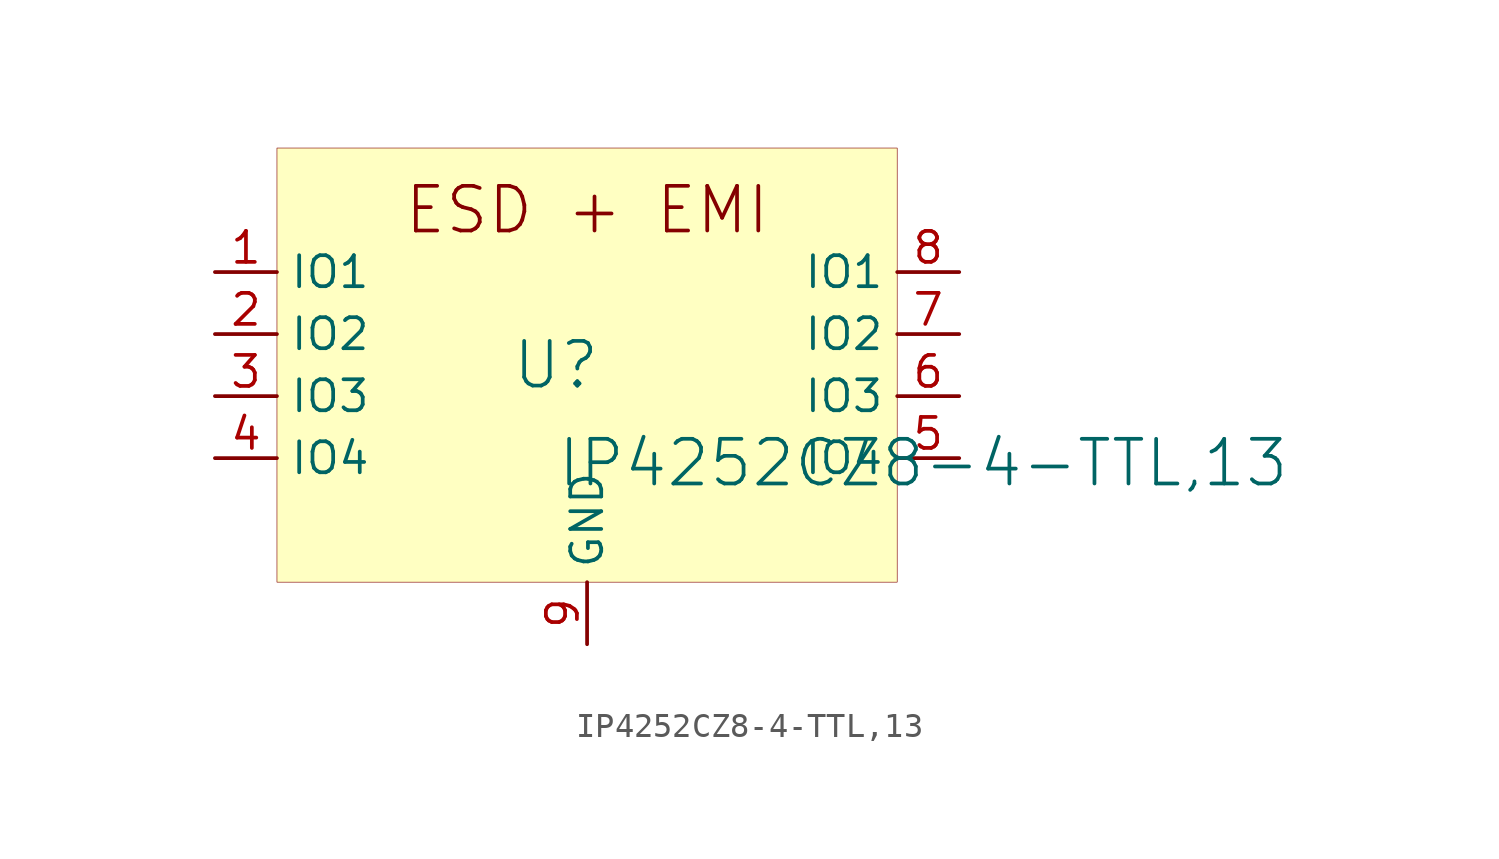
<source format=kicad_sym>
(kicad_symbol_lib
  (version 20231120)
  (generator "kicad_symbol_editor")
  (generator_version "8.0")
  (symbol "IP4252CZ8-4-TTL,13"
    (property "Reference" "U"
      (at -1.27 1.27 0)
      (effects (font (size 1.829 1.829))))
    (property "Value" "IP4252CZ8-4-TTL,13"
      (at -1.27 -3.81 0)
      (effects (font (size 1.829 1.829)) (justify left bottom)))
    (symbol "IP4252CZ8-4-TTL,13_1_0"
      (rectangle (start 12.7 10.16) (end -12.7 -7.62) (stroke (width 0.025) (type solid) (color 128 0 0 1)) (fill (type background)))
      (text "ESD + EMI" (at 0 7.62 0) (effects (font (size 1.829 1.829))))
      (pin passive line (at -15.24 5.08 0) (length 2.54) (name "IO1" (effects (font (size 1.27 1.27)))) (number "1" (effects (font (size 1.27 1.27)))))
      (pin passive line (at -15.24 2.54 0) (length 2.54) (name "IO2" (effects (font (size 1.27 1.27)))) (number "2" (effects (font (size 1.27 1.27)))))
      (pin passive line (at -15.24 0 0) (length 2.54) (name "IO3" (effects (font (size 1.27 1.27)))) (number "3" (effects (font (size 1.27 1.27)))))
      (pin passive line (at -15.24 -2.54 0) (length 2.54) (name "IO4" (effects (font (size 1.27 1.27)))) (number "4" (effects (font (size 1.27 1.27)))))
      (pin passive line (at 15.24 -2.54 180) (length 2.54) (name "IO4" (effects (font (size 1.27 1.27)))) (number "5" (effects (font (size 1.27 1.27)))))
      (pin passive line (at 15.24 0 180) (length 2.54) (name "IO3" (effects (font (size 1.27 1.27)))) (number "6" (effects (font (size 1.27 1.27)))))
      (pin passive line (at 15.24 2.54 180) (length 2.54) (name "IO2" (effects (font (size 1.27 1.27)))) (number "7" (effects (font (size 1.27 1.27)))))
      (pin passive line (at 15.24 5.08 180) (length 2.54) (name "IO1" (effects (font (size 1.27 1.27)))) (number "8" (effects (font (size 1.27 1.27)))))
      (pin passive line (at 0 -10.16 90) (length 2.54) (name "GND" (effects (font (size 1.27 1.27)))) (number "9" (effects (font (size 1.27 1.27))))))))
</source>
